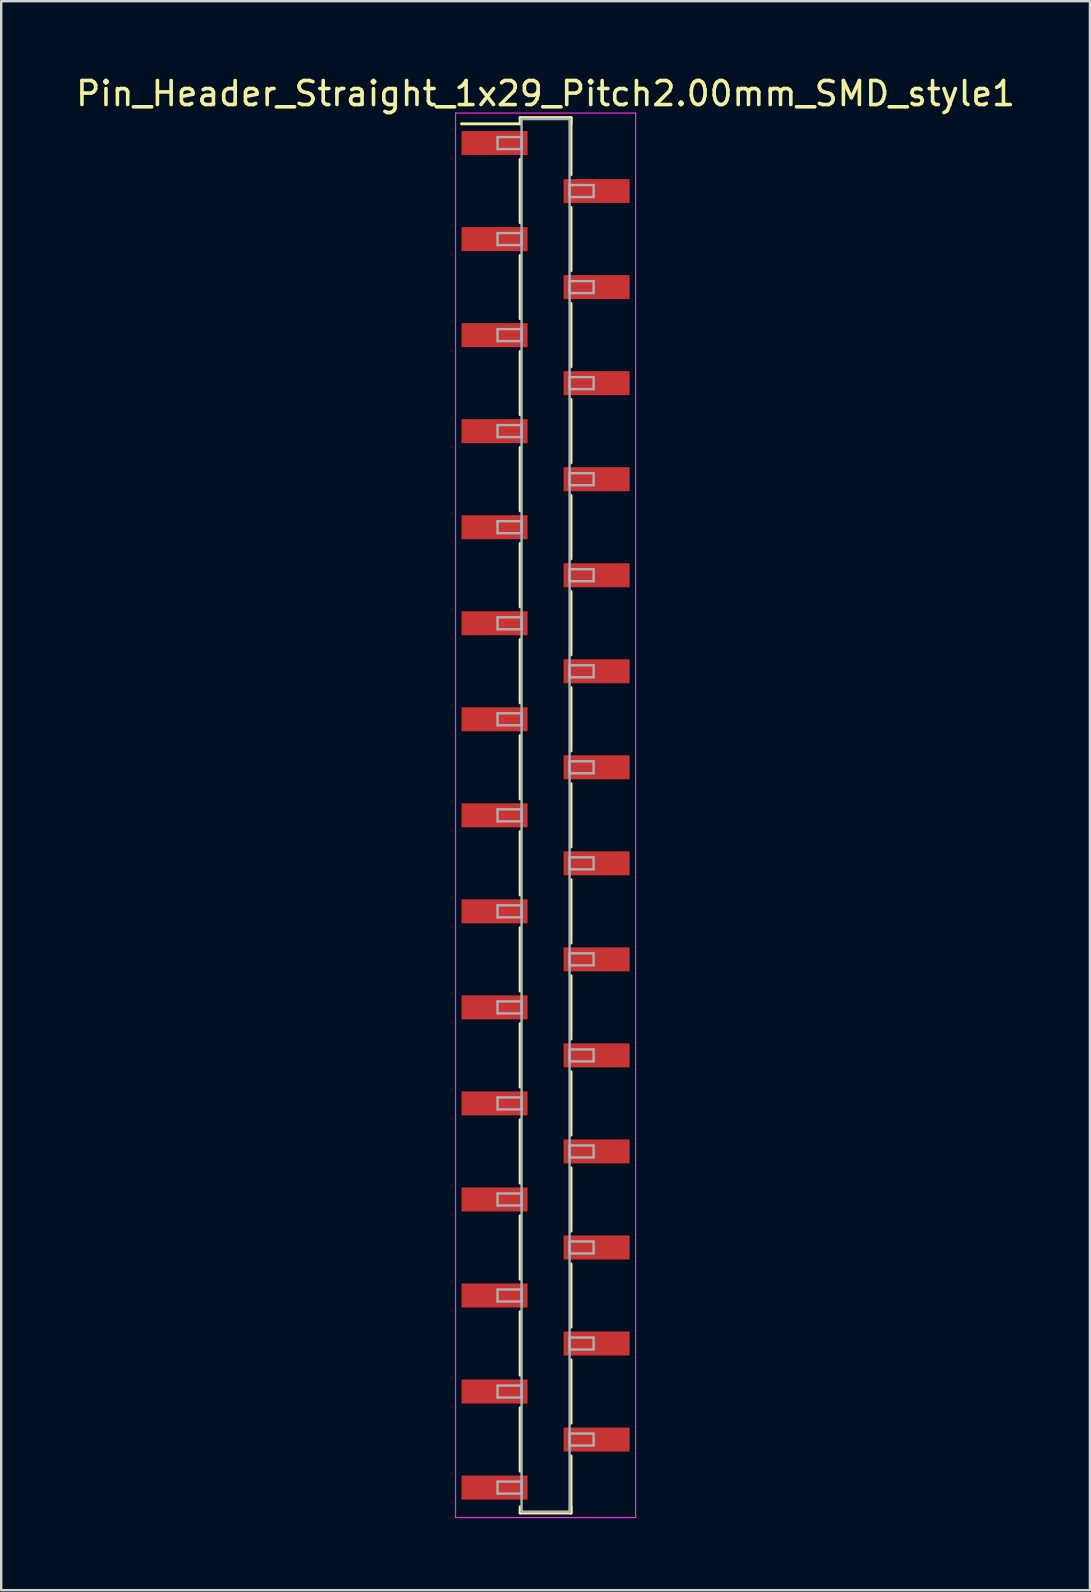
<source format=kicad_pcb>
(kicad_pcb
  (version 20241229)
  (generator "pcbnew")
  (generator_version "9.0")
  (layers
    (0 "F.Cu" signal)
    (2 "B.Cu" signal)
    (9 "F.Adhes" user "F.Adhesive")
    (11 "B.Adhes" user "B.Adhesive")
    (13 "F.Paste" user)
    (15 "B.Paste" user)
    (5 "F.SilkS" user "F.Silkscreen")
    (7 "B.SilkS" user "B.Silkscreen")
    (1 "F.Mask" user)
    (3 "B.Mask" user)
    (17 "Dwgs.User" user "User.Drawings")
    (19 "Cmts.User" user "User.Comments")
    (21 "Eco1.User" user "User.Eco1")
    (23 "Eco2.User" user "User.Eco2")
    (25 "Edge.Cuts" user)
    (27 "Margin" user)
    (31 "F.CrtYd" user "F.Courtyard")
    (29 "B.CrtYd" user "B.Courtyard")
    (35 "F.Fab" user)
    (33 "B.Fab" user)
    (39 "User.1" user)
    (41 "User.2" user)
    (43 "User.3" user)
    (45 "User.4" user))
  (footprint "Pin_Header_Straight_1x29_Pitch2.00mm_SMD_style1"
    (layer "F.Cu")
    (at 19.673 30.908)
    (property "Reference" "Pin_Header_Straight_1x29_Pitch2.00mm_SMD_style1" (at 0 -30.06 0) (layer "F.SilkS") (effects (font (size 1 1) (thickness 0.15))))
    (attr smd)
    (fp_line (start -1.06 -29.06) (end 1.06 -29.06) (stroke (width 0.12) (type solid)) (layer "F.SilkS"))
    (fp_line (start -1.06 -28.8) (end -3.5 -28.8) (stroke (width 0.12) (type solid)) (layer "F.SilkS"))
    (fp_line (start -1.06 -28.8) (end -1.06 -29.06) (stroke (width 0.12) (type solid)) (layer "F.SilkS"))
    (fp_line (start -1.06 -27.32) (end -1.06 -24.68) (stroke (width 0.12) (type solid)) (layer "F.SilkS"))
    (fp_line (start -1.06 -23.32) (end -1.06 -20.68) (stroke (width 0.12) (type solid)) (layer "F.SilkS"))
    (fp_line (start -1.06 -19.32) (end -1.06 -16.68) (stroke (width 0.12) (type solid)) (layer "F.SilkS"))
    (fp_line (start -1.06 -15.32) (end -1.06 -12.68) (stroke (width 0.12) (type solid)) (layer "F.SilkS"))
    (fp_line (start -1.06 -11.32) (end -1.06 -8.68) (stroke (width 0.12) (type solid)) (layer "F.SilkS"))
    (fp_line (start -1.06 -7.32) (end -1.06 -4.68) (stroke (width 0.12) (type solid)) (layer "F.SilkS"))
    (fp_line (start -1.06 -3.32) (end -1.06 -0.68) (stroke (width 0.12) (type solid)) (layer "F.SilkS"))
    (fp_line (start -1.06 0.68) (end -1.06 3.32) (stroke (width 0.12) (type solid)) (layer "F.SilkS"))
    (fp_line (start -1.06 4.68) (end -1.06 7.32) (stroke (width 0.12) (type solid)) (layer "F.SilkS"))
    (fp_line (start -1.06 8.68) (end -1.06 11.32) (stroke (width 0.12) (type solid)) (layer "F.SilkS"))
    (fp_line (start -1.06 12.68) (end -1.06 15.32) (stroke (width 0.12) (type solid)) (layer "F.SilkS"))
    (fp_line (start -1.06 16.68) (end -1.06 19.32) (stroke (width 0.12) (type solid)) (layer "F.SilkS"))
    (fp_line (start -1.06 20.68) (end -1.06 23.32) (stroke (width 0.12) (type solid)) (layer "F.SilkS"))
    (fp_line (start -1.06 24.68) (end -1.06 27.32) (stroke (width 0.12) (type solid)) (layer "F.SilkS"))
    (fp_line (start -1.06 28.8) (end -1.06 29.06) (stroke (width 0.12) (type solid)) (layer "F.SilkS"))
    (fp_line (start -1.06 29.06) (end 1.06 29.06) (stroke (width 0.12) (type solid)) (layer "F.SilkS"))
    (fp_line (start 1.06 -29.06) (end 1.06 -28.8) (stroke (width 0.12) (type solid)) (layer "F.SilkS"))
    (fp_line (start 1.06 -29.06) (end 1.06 -26.68) (stroke (width 0.12) (type solid)) (layer "F.SilkS"))
    (fp_line (start 1.06 -25.32) (end 1.06 -22.68) (stroke (width 0.12) (type solid)) (layer "F.SilkS"))
    (fp_line (start 1.06 -21.32) (end 1.06 -18.68) (stroke (width 0.12) (type solid)) (layer "F.SilkS"))
    (fp_line (start 1.06 -17.32) (end 1.06 -14.68) (stroke (width 0.12) (type solid)) (layer "F.SilkS"))
    (fp_line (start 1.06 -13.32) (end 1.06 -10.68) (stroke (width 0.12) (type solid)) (layer "F.SilkS"))
    (fp_line (start 1.06 -9.32) (end 1.06 -6.68) (stroke (width 0.12) (type solid)) (layer "F.SilkS"))
    (fp_line (start 1.06 -5.32) (end 1.06 -2.68) (stroke (width 0.12) (type solid)) (layer "F.SilkS"))
    (fp_line (start 1.06 -1.32) (end 1.06 1.32) (stroke (width 0.12) (type solid)) (layer "F.SilkS"))
    (fp_line (start 1.06 2.68) (end 1.06 5.32) (stroke (width 0.12) (type solid)) (layer "F.SilkS"))
    (fp_line (start 1.06 6.68) (end 1.06 9.32) (stroke (width 0.12) (type solid)) (layer "F.SilkS"))
    (fp_line (start 1.06 10.68) (end 1.06 13.32) (stroke (width 0.12) (type solid)) (layer "F.SilkS"))
    (fp_line (start 1.06 14.68) (end 1.06 17.32) (stroke (width 0.12) (type solid)) (layer "F.SilkS"))
    (fp_line (start 1.06 18.68) (end 1.06 21.32) (stroke (width 0.12) (type solid)) (layer "F.SilkS"))
    (fp_line (start 1.06 22.68) (end 1.06 25.32) (stroke (width 0.12) (type solid)) (layer "F.SilkS"))
    (fp_line (start 1.06 26.68) (end 1.06 29.06) (stroke (width 0.12) (type solid)) (layer "F.SilkS"))
    (fp_line (start 1.06 29.06) (end 1.06 28.8) (stroke (width 0.12) (type solid)) (layer "F.SilkS"))
    (fp_line (start -3.75 -29.25) (end -3.75 29.25) (stroke (width 0.05) (type solid)) (layer "F.CrtYd"))
    (fp_line (start -3.75 29.25) (end 3.75 29.25) (stroke (width 0.05) (type solid)) (layer "F.CrtYd"))
    (fp_line (start 3.75 -29.25) (end -3.75 -29.25) (stroke (width 0.05) (type solid)) (layer "F.CrtYd"))
    (fp_line (start 3.75 29.25) (end 3.75 -29.25) (stroke (width 0.05) (type solid)) (layer "F.CrtYd"))
    (fp_line (start -2 -28.25) (end -1 -28.25) (stroke (width 0.1) (type solid)) (layer "F.Fab"))
    (fp_line (start -2 -27.75) (end -2 -28.25) (stroke (width 0.1) (type solid)) (layer "F.Fab"))
    (fp_line (start -2 -24.25) (end -1 -24.25) (stroke (width 0.1) (type solid)) (layer "F.Fab"))
    (fp_line (start -2 -23.75) (end -2 -24.25) (stroke (width 0.1) (type solid)) (layer "F.Fab"))
    (fp_line (start -2 -20.25) (end -1 -20.25) (stroke (width 0.1) (type solid)) (layer "F.Fab"))
    (fp_line (start -2 -19.75) (end -2 -20.25) (stroke (width 0.1) (type solid)) (layer "F.Fab"))
    (fp_line (start -2 -16.25) (end -1 -16.25) (stroke (width 0.1) (type solid)) (layer "F.Fab"))
    (fp_line (start -2 -15.75) (end -2 -16.25) (stroke (width 0.1) (type solid)) (layer "F.Fab"))
    (fp_line (start -2 -12.25) (end -1 -12.25) (stroke (width 0.1) (type solid)) (layer "F.Fab"))
    (fp_line (start -2 -11.75) (end -2 -12.25) (stroke (width 0.1) (type solid)) (layer "F.Fab"))
    (fp_line (start -2 -8.25) (end -1 -8.25) (stroke (width 0.1) (type solid)) (layer "F.Fab"))
    (fp_line (start -2 -7.75) (end -2 -8.25) (stroke (width 0.1) (type solid)) (layer "F.Fab"))
    (fp_line (start -2 -4.25) (end -1 -4.25) (stroke (width 0.1) (type solid)) (layer "F.Fab"))
    (fp_line (start -2 -3.75) (end -2 -4.25) (stroke (width 0.1) (type solid)) (layer "F.Fab"))
    (fp_line (start -2 -0.25) (end -1 -0.25) (stroke (width 0.1) (type solid)) (layer "F.Fab"))
    (fp_line (start -2 0.25) (end -2 -0.25) (stroke (width 0.1) (type solid)) (layer "F.Fab"))
    (fp_line (start -2 3.75) (end -1 3.75) (stroke (width 0.1) (type solid)) (layer "F.Fab"))
    (fp_line (start -2 4.25) (end -2 3.75) (stroke (width 0.1) (type solid)) (layer "F.Fab"))
    (fp_line (start -2 7.75) (end -1 7.75) (stroke (width 0.1) (type solid)) (layer "F.Fab"))
    (fp_line (start -2 8.25) (end -2 7.75) (stroke (width 0.1) (type solid)) (layer "F.Fab"))
    (fp_line (start -2 11.75) (end -1 11.75) (stroke (width 0.1) (type solid)) (layer "F.Fab"))
    (fp_line (start -2 12.25) (end -2 11.75) (stroke (width 0.1) (type solid)) (layer "F.Fab"))
    (fp_line (start -2 15.75) (end -1 15.75) (stroke (width 0.1) (type solid)) (layer "F.Fab"))
    (fp_line (start -2 16.25) (end -2 15.75) (stroke (width 0.1) (type solid)) (layer "F.Fab"))
    (fp_line (start -2 19.75) (end -1 19.75) (stroke (width 0.1) (type solid)) (layer "F.Fab"))
    (fp_line (start -2 20.25) (end -2 19.75) (stroke (width 0.1) (type solid)) (layer "F.Fab"))
    (fp_line (start -2 23.75) (end -1 23.75) (stroke (width 0.1) (type solid)) (layer "F.Fab"))
    (fp_line (start -2 24.25) (end -2 23.75) (stroke (width 0.1) (type solid)) (layer "F.Fab"))
    (fp_line (start -2 27.75) (end -1 27.75) (stroke (width 0.1) (type solid)) (layer "F.Fab"))
    (fp_line (start -2 28.25) (end -2 27.75) (stroke (width 0.1) (type solid)) (layer "F.Fab"))
    (fp_line (start -1 -29) (end -1 29) (stroke (width 0.1) (type solid)) (layer "F.Fab"))
    (fp_line (start -1 -28.25) (end -1 -27.75) (stroke (width 0.1) (type solid)) (layer "F.Fab"))
    (fp_line (start -1 -27.75) (end -2 -27.75) (stroke (width 0.1) (type solid)) (layer "F.Fab"))
    (fp_line (start -1 -24.25) (end -1 -23.75) (stroke (width 0.1) (type solid)) (layer "F.Fab"))
    (fp_line (start -1 -23.75) (end -2 -23.75) (stroke (width 0.1) (type solid)) (layer "F.Fab"))
    (fp_line (start -1 -20.25) (end -1 -19.75) (stroke (width 0.1) (type solid)) (layer "F.Fab"))
    (fp_line (start -1 -19.75) (end -2 -19.75) (stroke (width 0.1) (type solid)) (layer "F.Fab"))
    (fp_line (start -1 -16.25) (end -1 -15.75) (stroke (width 0.1) (type solid)) (layer "F.Fab"))
    (fp_line (start -1 -15.75) (end -2 -15.75) (stroke (width 0.1) (type solid)) (layer "F.Fab"))
    (fp_line (start -1 -12.25) (end -1 -11.75) (stroke (width 0.1) (type solid)) (layer "F.Fab"))
    (fp_line (start -1 -11.75) (end -2 -11.75) (stroke (width 0.1) (type solid)) (layer "F.Fab"))
    (fp_line (start -1 -8.25) (end -1 -7.75) (stroke (width 0.1) (type solid)) (layer "F.Fab"))
    (fp_line (start -1 -7.75) (end -2 -7.75) (stroke (width 0.1) (type solid)) (layer "F.Fab"))
    (fp_line (start -1 -4.25) (end -1 -3.75) (stroke (width 0.1) (type solid)) (layer "F.Fab"))
    (fp_line (start -1 -3.75) (end -2 -3.75) (stroke (width 0.1) (type solid)) (layer "F.Fab"))
    (fp_line (start -1 -0.25) (end -1 0.25) (stroke (width 0.1) (type solid)) (layer "F.Fab"))
    (fp_line (start -1 0.25) (end -2 0.25) (stroke (width 0.1) (type solid)) (layer "F.Fab"))
    (fp_line (start -1 3.75) (end -1 4.25) (stroke (width 0.1) (type solid)) (layer "F.Fab"))
    (fp_line (start -1 4.25) (end -2 4.25) (stroke (width 0.1) (type solid)) (layer "F.Fab"))
    (fp_line (start -1 7.75) (end -1 8.25) (stroke (width 0.1) (type solid)) (layer "F.Fab"))
    (fp_line (start -1 8.25) (end -2 8.25) (stroke (width 0.1) (type solid)) (layer "F.Fab"))
    (fp_line (start -1 11.75) (end -1 12.25) (stroke (width 0.1) (type solid)) (layer "F.Fab"))
    (fp_line (start -1 12.25) (end -2 12.25) (stroke (width 0.1) (type solid)) (layer "F.Fab"))
    (fp_line (start -1 15.75) (end -1 16.25) (stroke (width 0.1) (type solid)) (layer "F.Fab"))
    (fp_line (start -1 16.25) (end -2 16.25) (stroke (width 0.1) (type solid)) (layer "F.Fab"))
    (fp_line (start -1 19.75) (end -1 20.25) (stroke (width 0.1) (type solid)) (layer "F.Fab"))
    (fp_line (start -1 20.25) (end -2 20.25) (stroke (width 0.1) (type solid)) (layer "F.Fab"))
    (fp_line (start -1 23.75) (end -1 24.25) (stroke (width 0.1) (type solid)) (layer "F.Fab"))
    (fp_line (start -1 24.25) (end -2 24.25) (stroke (width 0.1) (type solid)) (layer "F.Fab"))
    (fp_line (start -1 27.75) (end -1 28.25) (stroke (width 0.1) (type solid)) (layer "F.Fab"))
    (fp_line (start -1 28.25) (end -2 28.25) (stroke (width 0.1) (type solid)) (layer "F.Fab"))
    (fp_line (start -1 29) (end 1 29) (stroke (width 0.1) (type solid)) (layer "F.Fab"))
    (fp_line (start 1 -29) (end -1 -29) (stroke (width 0.1) (type solid)) (layer "F.Fab"))
    (fp_line (start 1 -26.25) (end 1 -25.75) (stroke (width 0.1) (type solid)) (layer "F.Fab"))
    (fp_line (start 1 -25.75) (end 2 -25.75) (stroke (width 0.1) (type solid)) (layer "F.Fab"))
    (fp_line (start 1 -22.25) (end 1 -21.75) (stroke (width 0.1) (type solid)) (layer "F.Fab"))
    (fp_line (start 1 -21.75) (end 2 -21.75) (stroke (width 0.1) (type solid)) (layer "F.Fab"))
    (fp_line (start 1 -18.25) (end 1 -17.75) (stroke (width 0.1) (type solid)) (layer "F.Fab"))
    (fp_line (start 1 -17.75) (end 2 -17.75) (stroke (width 0.1) (type solid)) (layer "F.Fab"))
    (fp_line (start 1 -14.25) (end 1 -13.75) (stroke (width 0.1) (type solid)) (layer "F.Fab"))
    (fp_line (start 1 -13.75) (end 2 -13.75) (stroke (width 0.1) (type solid)) (layer "F.Fab"))
    (fp_line (start 1 -10.25) (end 1 -9.75) (stroke (width 0.1) (type solid)) (layer "F.Fab"))
    (fp_line (start 1 -9.75) (end 2 -9.75) (stroke (width 0.1) (type solid)) (layer "F.Fab"))
    (fp_line (start 1 -6.25) (end 1 -5.75) (stroke (width 0.1) (type solid)) (layer "F.Fab"))
    (fp_line (start 1 -5.75) (end 2 -5.75) (stroke (width 0.1) (type solid)) (layer "F.Fab"))
    (fp_line (start 1 -2.25) (end 1 -1.75) (stroke (width 0.1) (type solid)) (layer "F.Fab"))
    (fp_line (start 1 -1.75) (end 2 -1.75) (stroke (width 0.1) (type solid)) (layer "F.Fab"))
    (fp_line (start 1 1.75) (end 1 2.25) (stroke (width 0.1) (type solid)) (layer "F.Fab"))
    (fp_line (start 1 2.25) (end 2 2.25) (stroke (width 0.1) (type solid)) (layer "F.Fab"))
    (fp_line (start 1 5.75) (end 1 6.25) (stroke (width 0.1) (type solid)) (layer "F.Fab"))
    (fp_line (start 1 6.25) (end 2 6.25) (stroke (width 0.1) (type solid)) (layer "F.Fab"))
    (fp_line (start 1 9.75) (end 1 10.25) (stroke (width 0.1) (type solid)) (layer "F.Fab"))
    (fp_line (start 1 10.25) (end 2 10.25) (stroke (width 0.1) (type solid)) (layer "F.Fab"))
    (fp_line (start 1 13.75) (end 1 14.25) (stroke (width 0.1) (type solid)) (layer "F.Fab"))
    (fp_line (start 1 14.25) (end 2 14.25) (stroke (width 0.1) (type solid)) (layer "F.Fab"))
    (fp_line (start 1 17.75) (end 1 18.25) (stroke (width 0.1) (type solid)) (layer "F.Fab"))
    (fp_line (start 1 18.25) (end 2 18.25) (stroke (width 0.1) (type solid)) (layer "F.Fab"))
    (fp_line (start 1 21.75) (end 1 22.25) (stroke (width 0.1) (type solid)) (layer "F.Fab"))
    (fp_line (start 1 22.25) (end 2 22.25) (stroke (width 0.1) (type solid)) (layer "F.Fab"))
    (fp_line (start 1 25.75) (end 1 26.25) (stroke (width 0.1) (type solid)) (layer "F.Fab"))
    (fp_line (start 1 26.25) (end 2 26.25) (stroke (width 0.1) (type solid)) (layer "F.Fab"))
    (fp_line (start 1 29) (end 1 -29) (stroke (width 0.1) (type solid)) (layer "F.Fab"))
    (fp_line (start 2 -26.25) (end 1 -26.25) (stroke (width 0.1) (type solid)) (layer "F.Fab"))
    (fp_line (start 2 -25.75) (end 2 -26.25) (stroke (width 0.1) (type solid)) (layer "F.Fab"))
    (fp_line (start 2 -22.25) (end 1 -22.25) (stroke (width 0.1) (type solid)) (layer "F.Fab"))
    (fp_line (start 2 -21.75) (end 2 -22.25) (stroke (width 0.1) (type solid)) (layer "F.Fab"))
    (fp_line (start 2 -18.25) (end 1 -18.25) (stroke (width 0.1) (type solid)) (layer "F.Fab"))
    (fp_line (start 2 -17.75) (end 2 -18.25) (stroke (width 0.1) (type solid)) (layer "F.Fab"))
    (fp_line (start 2 -14.25) (end 1 -14.25) (stroke (width 0.1) (type solid)) (layer "F.Fab"))
    (fp_line (start 2 -13.75) (end 2 -14.25) (stroke (width 0.1) (type solid)) (layer "F.Fab"))
    (fp_line (start 2 -10.25) (end 1 -10.25) (stroke (width 0.1) (type solid)) (layer "F.Fab"))
    (fp_line (start 2 -9.75) (end 2 -10.25) (stroke (width 0.1) (type solid)) (layer "F.Fab"))
    (fp_line (start 2 -6.25) (end 1 -6.25) (stroke (width 0.1) (type solid)) (layer "F.Fab"))
    (fp_line (start 2 -5.75) (end 2 -6.25) (stroke (width 0.1) (type solid)) (layer "F.Fab"))
    (fp_line (start 2 -2.25) (end 1 -2.25) (stroke (width 0.1) (type solid)) (layer "F.Fab"))
    (fp_line (start 2 -1.75) (end 2 -2.25) (stroke (width 0.1) (type solid)) (layer "F.Fab"))
    (fp_line (start 2 1.75) (end 1 1.75) (stroke (width 0.1) (type solid)) (layer "F.Fab"))
    (fp_line (start 2 2.25) (end 2 1.75) (stroke (width 0.1) (type solid)) (layer "F.Fab"))
    (fp_line (start 2 5.75) (end 1 5.75) (stroke (width 0.1) (type solid)) (layer "F.Fab"))
    (fp_line (start 2 6.25) (end 2 5.75) (stroke (width 0.1) (type solid)) (layer "F.Fab"))
    (fp_line (start 2 9.75) (end 1 9.75) (stroke (width 0.1) (type solid)) (layer "F.Fab"))
    (fp_line (start 2 10.25) (end 2 9.75) (stroke (width 0.1) (type solid)) (layer "F.Fab"))
    (fp_line (start 2 13.75) (end 1 13.75) (stroke (width 0.1) (type solid)) (layer "F.Fab"))
    (fp_line (start 2 14.25) (end 2 13.75) (stroke (width 0.1) (type solid)) (layer "F.Fab"))
    (fp_line (start 2 17.75) (end 1 17.75) (stroke (width 0.1) (type solid)) (layer "F.Fab"))
    (fp_line (start 2 18.25) (end 2 17.75) (stroke (width 0.1) (type solid)) (layer "F.Fab"))
    (fp_line (start 2 21.75) (end 1 21.75) (stroke (width 0.1) (type solid)) (layer "F.Fab"))
    (fp_line (start 2 22.25) (end 2 21.75) (stroke (width 0.1) (type solid)) (layer "F.Fab"))
    (fp_line (start 2 25.75) (end 1 25.75) (stroke (width 0.1) (type solid)) (layer "F.Fab"))
    (fp_line (start 2 26.25) (end 2 25.75) (stroke (width 0.1) (type solid)) (layer "F.Fab"))
    (pad "1" smd rect (at -2.125 -28) (size 2.75 1) (layers "F.Cu" "F.Mask"))
    (pad "2" smd rect (at 2.125 -26) (size 2.75 1) (layers "F.Cu" "F.Mask"))
    (pad "3" smd rect (at -2.125 -24) (size 2.75 1) (layers "F.Cu" "F.Mask"))
    (pad "4" smd rect (at 2.125 -22) (size 2.75 1) (layers "F.Cu" "F.Mask"))
    (pad "5" smd rect (at -2.125 -20) (size 2.75 1) (layers "F.Cu" "F.Mask"))
    (pad "6" smd rect (at 2.125 -18) (size 2.75 1) (layers "F.Cu" "F.Mask"))
    (pad "7" smd rect (at -2.125 -16) (size 2.75 1) (layers "F.Cu" "F.Mask"))
    (pad "8" smd rect (at 2.125 -14) (size 2.75 1) (layers "F.Cu" "F.Mask"))
    (pad "9" smd rect (at -2.125 -12) (size 2.75 1) (layers "F.Cu" "F.Mask"))
    (pad "10" smd rect (at 2.125 -10) (size 2.75 1) (layers "F.Cu" "F.Mask"))
    (pad "11" smd rect (at -2.125 -8) (size 2.75 1) (layers "F.Cu" "F.Mask"))
    (pad "12" smd rect (at 2.125 -6) (size 2.75 1) (layers "F.Cu" "F.Mask"))
    (pad "13" smd rect (at -2.125 -4) (size 2.75 1) (layers "F.Cu" "F.Mask"))
    (pad "14" smd rect (at 2.125 -2) (size 2.75 1) (layers "F.Cu" "F.Mask"))
    (pad "15" smd rect (at -2.125 0) (size 2.75 1) (layers "F.Cu" "F.Mask"))
    (pad "16" smd rect (at 2.125 2) (size 2.75 1) (layers "F.Cu" "F.Mask"))
    (pad "17" smd rect (at -2.125 4) (size 2.75 1) (layers "F.Cu" "F.Mask"))
    (pad "18" smd rect (at 2.125 6) (size 2.75 1) (layers "F.Cu" "F.Mask"))
    (pad "19" smd rect (at -2.125 8) (size 2.75 1) (layers "F.Cu" "F.Mask"))
    (pad "20" smd rect (at 2.125 10) (size 2.75 1) (layers "F.Cu" "F.Mask"))
    (pad "21" smd rect (at -2.125 12) (size 2.75 1) (layers "F.Cu" "F.Mask"))
    (pad "22" smd rect (at 2.125 14) (size 2.75 1) (layers "F.Cu" "F.Mask"))
    (pad "23" smd rect (at -2.125 16) (size 2.75 1) (layers "F.Cu" "F.Mask"))
    (pad "24" smd rect (at 2.125 18) (size 2.75 1) (layers "F.Cu" "F.Mask"))
    (pad "25" smd rect (at -2.125 20) (size 2.75 1) (layers "F.Cu" "F.Mask"))
    (pad "26" smd rect (at 2.125 22) (size 2.75 1) (layers "F.Cu" "F.Mask"))
    (pad "27" smd rect (at -2.125 24) (size 2.75 1) (layers "F.Cu" "F.Mask"))
    (pad "28" smd rect (at 2.125 26) (size 2.75 1) (layers "F.Cu" "F.Mask"))
    (pad "29" smd rect (at -2.125 28) (size 2.75 1) (layers "F.Cu" "F.Mask")))
  (gr_rect
    (start -3 -3)
    (end 42.345 63.183)
    (stroke (width 0.1) (type default))
    (fill no)
    (layer "Edge.Cuts")))
</source>
